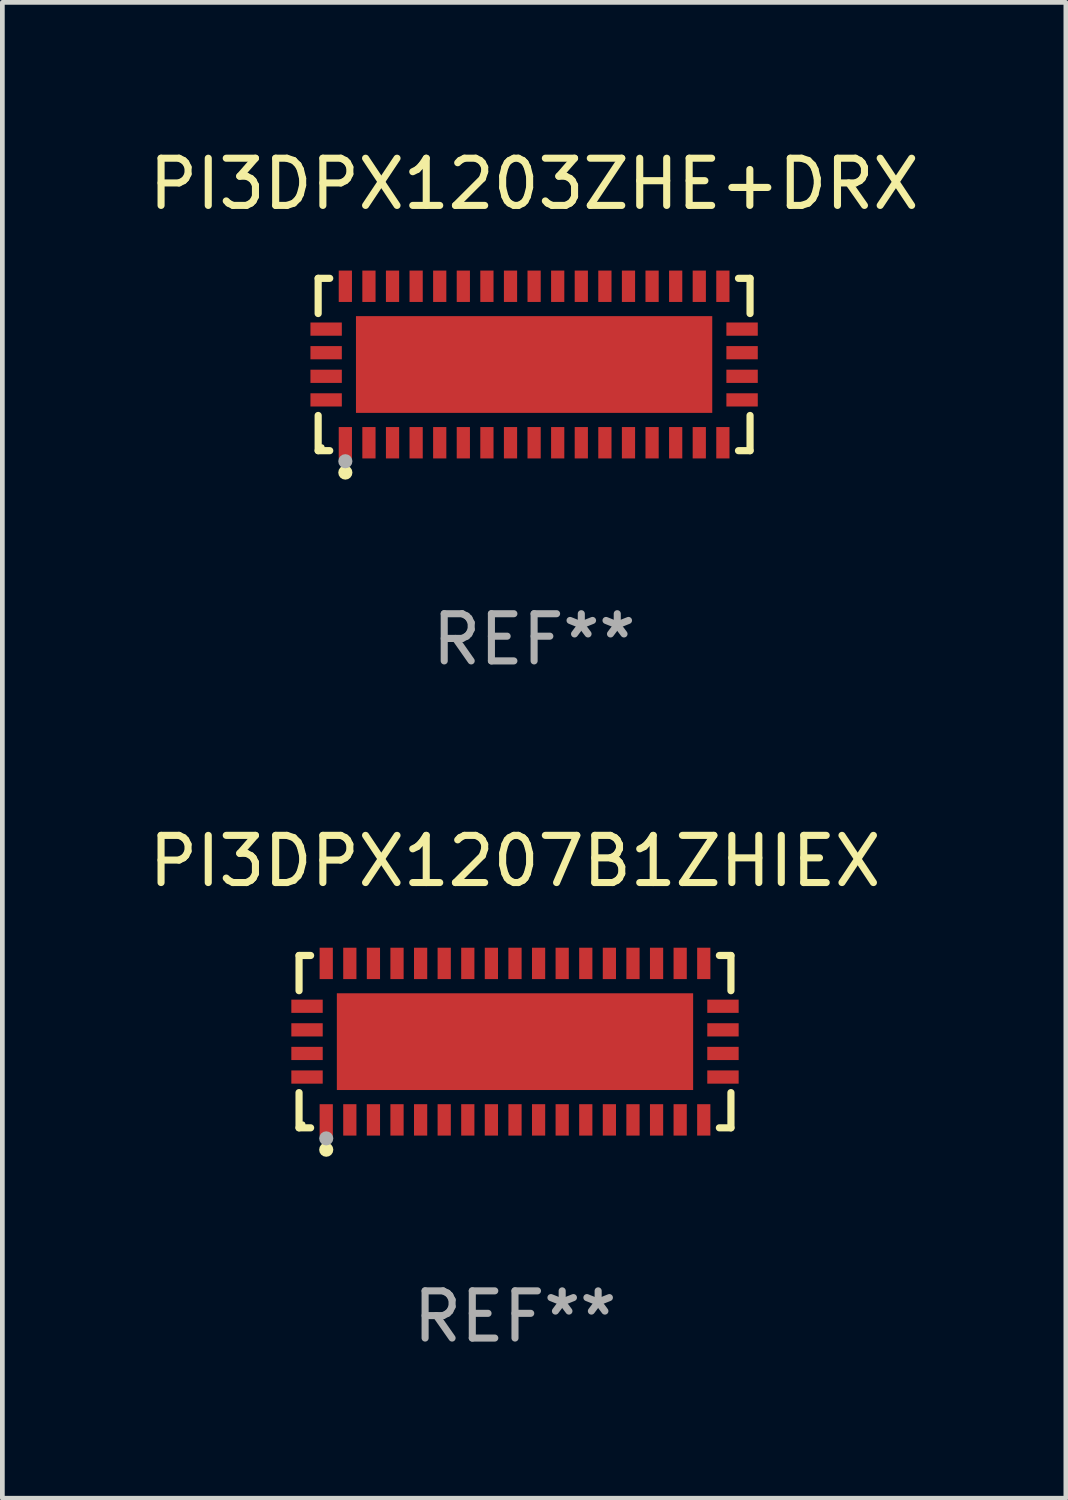
<source format=kicad_pcb>
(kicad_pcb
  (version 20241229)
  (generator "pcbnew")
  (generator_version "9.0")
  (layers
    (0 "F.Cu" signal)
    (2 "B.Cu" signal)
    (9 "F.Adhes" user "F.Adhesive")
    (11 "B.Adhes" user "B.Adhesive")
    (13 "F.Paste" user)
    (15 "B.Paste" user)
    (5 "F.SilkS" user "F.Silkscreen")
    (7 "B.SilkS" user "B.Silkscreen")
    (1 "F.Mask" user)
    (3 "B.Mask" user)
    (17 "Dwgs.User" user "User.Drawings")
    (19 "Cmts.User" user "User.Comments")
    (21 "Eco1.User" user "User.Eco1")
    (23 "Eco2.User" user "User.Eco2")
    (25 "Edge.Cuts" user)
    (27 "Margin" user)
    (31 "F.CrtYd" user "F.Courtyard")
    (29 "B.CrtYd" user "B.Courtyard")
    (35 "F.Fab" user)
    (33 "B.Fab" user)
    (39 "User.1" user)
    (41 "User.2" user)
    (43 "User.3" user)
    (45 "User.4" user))
  (footprint "PI3DPX1207B1ZHIEX"
    (layer "F.Cu")
    (at 7.863 19.023)
    (property "Reference" "PI3DPX1207B1ZHIEX" (at 0 -3.826 0) (layer "F.SilkS") (effects (font (size 1 1) (thickness 0.15))))
    (attr through_hole)
    (fp_line (start -4.576 -1.826) (end -4.331 -1.826) (stroke (width 0.152) (type solid)) (layer "F.SilkS"))
    (fp_line (start -4.576 -1.08) (end -4.576 -1.826) (stroke (width 0.152) (type solid)) (layer "F.SilkS"))
    (fp_line (start -4.576 1.08) (end -4.576 1.826) (stroke (width 0.152) (type solid)) (layer "F.SilkS"))
    (fp_line (start -4.576 1.826) (end -4.331 1.826) (stroke (width 0.152) (type solid)) (layer "F.SilkS"))
    (fp_line (start 4.576 -1.826) (end 4.331 -1.826) (stroke (width 0.152) (type solid)) (layer "F.SilkS"))
    (fp_line (start 4.576 -1.08) (end 4.576 -1.826) (stroke (width 0.152) (type solid)) (layer "F.SilkS"))
    (fp_line (start 4.576 1.08) (end 4.576 1.826) (stroke (width 0.152) (type solid)) (layer "F.SilkS"))
    (fp_line (start 4.576 1.826) (end 4.331 1.826) (stroke (width 0.152) (type solid)) (layer "F.SilkS"))
    (fp_circle (center -4.5 1.75) (end -4.47 1.75) (stroke (width 0.06) (type solid)) (fill no) (layer "F.SilkS"))
    (fp_circle (center -4 2.29) (end -3.925 2.29) (stroke (width 0.15) (type solid)) (fill no) (layer "F.SilkS"))
    (fp_circle (center -4 2.05) (end -3.925 2.05) (stroke (width 0.15) (type solid)) (fill no) (layer "F.Fab"))
    (fp_text user "REF**" (at 0 5.826 0) (layer "F.Fab") (effects (font (size 1 1) (thickness 0.15))))
    (pad "1" smd rect (at -4 1.658) (size 0.28 0.665) (layers "F.Cu" "F.Mask" "F.Paste"))
    (pad "2" smd rect (at -3.5 1.658) (size 0.28 0.665) (layers "F.Cu" "F.Mask" "F.Paste"))
    (pad "3" smd rect (at -3 1.658) (size 0.28 0.665) (layers "F.Cu" "F.Mask" "F.Paste"))
    (pad "4" smd rect (at -2.5 1.658) (size 0.28 0.665) (layers "F.Cu" "F.Mask" "F.Paste"))
    (pad "5" smd rect (at -2 1.658) (size 0.28 0.665) (layers "F.Cu" "F.Mask" "F.Paste"))
    (pad "6" smd rect (at -1.5 1.658) (size 0.28 0.665) (layers "F.Cu" "F.Mask" "F.Paste"))
    (pad "7" smd rect (at -1 1.658) (size 0.28 0.665) (layers "F.Cu" "F.Mask" "F.Paste"))
    (pad "8" smd rect (at -0.5 1.658) (size 0.28 0.665) (layers "F.Cu" "F.Mask" "F.Paste"))
    (pad "9" smd rect (at 0 1.658) (size 0.28 0.665) (layers "F.Cu" "F.Mask" "F.Paste"))
    (pad "10" smd rect (at 0.5 1.658) (size 0.28 0.665) (layers "F.Cu" "F.Mask" "F.Paste"))
    (pad "11" smd rect (at 1 1.658) (size 0.28 0.665) (layers "F.Cu" "F.Mask" "F.Paste"))
    (pad "12" smd rect (at 1.5 1.658) (size 0.28 0.665) (layers "F.Cu" "F.Mask" "F.Paste"))
    (pad "13" smd rect (at 2 1.658) (size 0.28 0.665) (layers "F.Cu" "F.Mask" "F.Paste"))
    (pad "14" smd rect (at 2.5 1.658) (size 0.28 0.665) (layers "F.Cu" "F.Mask" "F.Paste"))
    (pad "15" smd rect (at 3 1.658) (size 0.28 0.665) (layers "F.Cu" "F.Mask" "F.Paste"))
    (pad "16" smd rect (at 3.5 1.658) (size 0.28 0.665) (layers "F.Cu" "F.Mask" "F.Paste"))
    (pad "17" smd rect (at 4 1.658) (size 0.28 0.665) (layers "F.Cu" "F.Mask" "F.Paste"))
    (pad "18" smd rect (at 4.407 0.75) (size 0.665 0.28) (layers "F.Cu" "F.Mask" "F.Paste"))
    (pad "19" smd rect (at 4.407 0.25) (size 0.665 0.28) (layers "F.Cu" "F.Mask" "F.Paste"))
    (pad "20" smd rect (at 4.407 -0.25) (size 0.665 0.28) (layers "F.Cu" "F.Mask" "F.Paste"))
    (pad "21" smd rect (at 4.407 -0.75) (size 0.665 0.28) (layers "F.Cu" "F.Mask" "F.Paste"))
    (pad "22" smd rect (at 4 -1.658) (size 0.28 0.665) (layers "F.Cu" "F.Mask" "F.Paste"))
    (pad "23" smd rect (at 3.5 -1.658) (size 0.28 0.665) (layers "F.Cu" "F.Mask" "F.Paste"))
    (pad "24" smd rect (at 3 -1.658) (size 0.28 0.665) (layers "F.Cu" "F.Mask" "F.Paste"))
    (pad "25" smd rect (at 2.5 -1.658) (size 0.28 0.665) (layers "F.Cu" "F.Mask" "F.Paste"))
    (pad "26" smd rect (at 2 -1.658) (size 0.28 0.665) (layers "F.Cu" "F.Mask" "F.Paste"))
    (pad "27" smd rect (at 1.5 -1.658) (size 0.28 0.665) (layers "F.Cu" "F.Mask" "F.Paste"))
    (pad "28" smd rect (at 1 -1.658) (size 0.28 0.665) (layers "F.Cu" "F.Mask" "F.Paste"))
    (pad "29" smd rect (at 0.5 -1.658) (size 0.28 0.665) (layers "F.Cu" "F.Mask" "F.Paste"))
    (pad "30" smd rect (at 0 -1.658) (size 0.28 0.665) (layers "F.Cu" "F.Mask" "F.Paste"))
    (pad "31" smd rect (at -0.5 -1.658) (size 0.28 0.665) (layers "F.Cu" "F.Mask" "F.Paste"))
    (pad "32" smd rect (at -1 -1.658) (size 0.28 0.665) (layers "F.Cu" "F.Mask" "F.Paste"))
    (pad "33" smd rect (at -1.5 -1.658) (size 0.28 0.665) (layers "F.Cu" "F.Mask" "F.Paste"))
    (pad "34" smd rect (at -2 -1.658) (size 0.28 0.665) (layers "F.Cu" "F.Mask" "F.Paste"))
    (pad "35" smd rect (at -2.5 -1.658) (size 0.28 0.665) (layers "F.Cu" "F.Mask" "F.Paste"))
    (pad "36" smd rect (at -3 -1.658) (size 0.28 0.665) (layers "F.Cu" "F.Mask" "F.Paste"))
    (pad "37" smd rect (at -3.5 -1.658) (size 0.28 0.665) (layers "F.Cu" "F.Mask" "F.Paste"))
    (pad "38" smd rect (at -4 -1.658) (size 0.28 0.665) (layers "F.Cu" "F.Mask" "F.Paste"))
    (pad "39" smd rect (at -4.407 -0.75) (size 0.665 0.28) (layers "F.Cu" "F.Mask" "F.Paste"))
    (pad "40" smd rect (at -4.407 -0.25) (size 0.665 0.28) (layers "F.Cu" "F.Mask" "F.Paste"))
    (pad "41" smd rect (at -4.407 0.25) (size 0.665 0.28) (layers "F.Cu" "F.Mask" "F.Paste"))
    (pad "42" smd rect (at -4.407 0.75) (size 0.665 0.28) (layers "F.Cu" "F.Mask" "F.Paste"))
    (pad "43" smd rect (at 0 0) (size 7.55 2.05) (layers "F.Cu" "F.Mask" "F.Paste")))
  (footprint "PI3DPX1203ZHE+DRX"
    (layer "F.Cu")
    (at 8.268 4.674)
    (property "Reference" "PI3DPX1203ZHE+DRX" (at 0 -3.826 0) (layer "F.SilkS") (effects (font (size 1 1) (thickness 0.15))))
    (attr through_hole)
    (fp_line (start -4.576 -1.826) (end -4.331 -1.826) (stroke (width 0.152) (type solid)) (layer "F.SilkS"))
    (fp_line (start -4.576 -1.08) (end -4.576 -1.826) (stroke (width 0.152) (type solid)) (layer "F.SilkS"))
    (fp_line (start -4.576 1.08) (end -4.576 1.826) (stroke (width 0.152) (type solid)) (layer "F.SilkS"))
    (fp_line (start -4.576 1.826) (end -4.331 1.826) (stroke (width 0.152) (type solid)) (layer "F.SilkS"))
    (fp_line (start 4.576 -1.826) (end 4.331 -1.826) (stroke (width 0.152) (type solid)) (layer "F.SilkS"))
    (fp_line (start 4.576 -1.08) (end 4.576 -1.826) (stroke (width 0.152) (type solid)) (layer "F.SilkS"))
    (fp_line (start 4.576 1.08) (end 4.576 1.826) (stroke (width 0.152) (type solid)) (layer "F.SilkS"))
    (fp_line (start 4.576 1.826) (end 4.331 1.826) (stroke (width 0.152) (type solid)) (layer "F.SilkS"))
    (fp_circle (center -4.5 1.75) (end -4.47 1.75) (stroke (width 0.06) (type solid)) (fill no) (layer "F.SilkS"))
    (fp_circle (center -4 2.29) (end -3.925 2.29) (stroke (width 0.15) (type solid)) (fill no) (layer "F.SilkS"))
    (fp_circle (center -4 2.05) (end -3.925 2.05) (stroke (width 0.15) (type solid)) (fill no) (layer "F.Fab"))
    (fp_text user "REF**" (at 0 5.826 0) (layer "F.Fab") (effects (font (size 1 1) (thickness 0.15))))
    (pad "1" smd rect (at -4 1.658) (size 0.28 0.665) (layers "F.Cu" "F.Mask" "F.Paste"))
    (pad "2" smd rect (at -3.5 1.658) (size 0.28 0.665) (layers "F.Cu" "F.Mask" "F.Paste"))
    (pad "3" smd rect (at -3 1.658) (size 0.28 0.665) (layers "F.Cu" "F.Mask" "F.Paste"))
    (pad "4" smd rect (at -2.5 1.658) (size 0.28 0.665) (layers "F.Cu" "F.Mask" "F.Paste"))
    (pad "5" smd rect (at -2 1.658) (size 0.28 0.665) (layers "F.Cu" "F.Mask" "F.Paste"))
    (pad "6" smd rect (at -1.5 1.658) (size 0.28 0.665) (layers "F.Cu" "F.Mask" "F.Paste"))
    (pad "7" smd rect (at -1 1.658) (size 0.28 0.665) (layers "F.Cu" "F.Mask" "F.Paste"))
    (pad "8" smd rect (at -0.5 1.658) (size 0.28 0.665) (layers "F.Cu" "F.Mask" "F.Paste"))
    (pad "9" smd rect (at 0 1.658) (size 0.28 0.665) (layers "F.Cu" "F.Mask" "F.Paste"))
    (pad "10" smd rect (at 0.5 1.658) (size 0.28 0.665) (layers "F.Cu" "F.Mask" "F.Paste"))
    (pad "11" smd rect (at 1 1.658) (size 0.28 0.665) (layers "F.Cu" "F.Mask" "F.Paste"))
    (pad "12" smd rect (at 1.5 1.658) (size 0.28 0.665) (layers "F.Cu" "F.Mask" "F.Paste"))
    (pad "13" smd rect (at 2 1.658) (size 0.28 0.665) (layers "F.Cu" "F.Mask" "F.Paste"))
    (pad "14" smd rect (at 2.5 1.658) (size 0.28 0.665) (layers "F.Cu" "F.Mask" "F.Paste"))
    (pad "15" smd rect (at 3 1.658) (size 0.28 0.665) (layers "F.Cu" "F.Mask" "F.Paste"))
    (pad "16" smd rect (at 3.5 1.658) (size 0.28 0.665) (layers "F.Cu" "F.Mask" "F.Paste"))
    (pad "17" smd rect (at 4 1.658) (size 0.28 0.665) (layers "F.Cu" "F.Mask" "F.Paste"))
    (pad "18" smd rect (at 4.407 0.75) (size 0.665 0.28) (layers "F.Cu" "F.Mask" "F.Paste"))
    (pad "19" smd rect (at 4.407 0.25) (size 0.665 0.28) (layers "F.Cu" "F.Mask" "F.Paste"))
    (pad "20" smd rect (at 4.407 -0.25) (size 0.665 0.28) (layers "F.Cu" "F.Mask" "F.Paste"))
    (pad "21" smd rect (at 4.407 -0.75) (size 0.665 0.28) (layers "F.Cu" "F.Mask" "F.Paste"))
    (pad "22" smd rect (at 4 -1.658) (size 0.28 0.665) (layers "F.Cu" "F.Mask" "F.Paste"))
    (pad "23" smd rect (at 3.5 -1.658) (size 0.28 0.665) (layers "F.Cu" "F.Mask" "F.Paste"))
    (pad "24" smd rect (at 3 -1.658) (size 0.28 0.665) (layers "F.Cu" "F.Mask" "F.Paste"))
    (pad "25" smd rect (at 2.5 -1.658) (size 0.28 0.665) (layers "F.Cu" "F.Mask" "F.Paste"))
    (pad "26" smd rect (at 2 -1.658) (size 0.28 0.665) (layers "F.Cu" "F.Mask" "F.Paste"))
    (pad "27" smd rect (at 1.5 -1.658) (size 0.28 0.665) (layers "F.Cu" "F.Mask" "F.Paste"))
    (pad "28" smd rect (at 1 -1.658) (size 0.28 0.665) (layers "F.Cu" "F.Mask" "F.Paste"))
    (pad "29" smd rect (at 0.5 -1.658) (size 0.28 0.665) (layers "F.Cu" "F.Mask" "F.Paste"))
    (pad "30" smd rect (at 0 -1.658) (size 0.28 0.665) (layers "F.Cu" "F.Mask" "F.Paste"))
    (pad "31" smd rect (at -0.5 -1.658) (size 0.28 0.665) (layers "F.Cu" "F.Mask" "F.Paste"))
    (pad "32" smd rect (at -1 -1.658) (size 0.28 0.665) (layers "F.Cu" "F.Mask" "F.Paste"))
    (pad "33" smd rect (at -1.5 -1.658) (size 0.28 0.665) (layers "F.Cu" "F.Mask" "F.Paste"))
    (pad "34" smd rect (at -2 -1.658) (size 0.28 0.665) (layers "F.Cu" "F.Mask" "F.Paste"))
    (pad "35" smd rect (at -2.5 -1.658) (size 0.28 0.665) (layers "F.Cu" "F.Mask" "F.Paste"))
    (pad "36" smd rect (at -3 -1.658) (size 0.28 0.665) (layers "F.Cu" "F.Mask" "F.Paste"))
    (pad "37" smd rect (at -3.5 -1.658) (size 0.28 0.665) (layers "F.Cu" "F.Mask" "F.Paste"))
    (pad "38" smd rect (at -4 -1.658) (size 0.28 0.665) (layers "F.Cu" "F.Mask" "F.Paste"))
    (pad "39" smd rect (at -4.407 -0.75) (size 0.665 0.28) (layers "F.Cu" "F.Mask" "F.Paste"))
    (pad "40" smd rect (at -4.407 -0.25) (size 0.665 0.28) (layers "F.Cu" "F.Mask" "F.Paste"))
    (pad "41" smd rect (at -4.407 0.25) (size 0.665 0.28) (layers "F.Cu" "F.Mask" "F.Paste"))
    (pad "42" smd rect (at -4.407 0.75) (size 0.665 0.28) (layers "F.Cu" "F.Mask" "F.Paste"))
    (pad "43" smd rect (at 0 0) (size 7.55 2.05) (layers "F.Cu" "F.Mask" "F.Paste")))
  (gr_rect
    (start -3 -3)
    (end 19.536 28.698)
    (stroke (width 0.1) (type default))
    (fill no)
    (layer "Edge.Cuts")))
</source>
